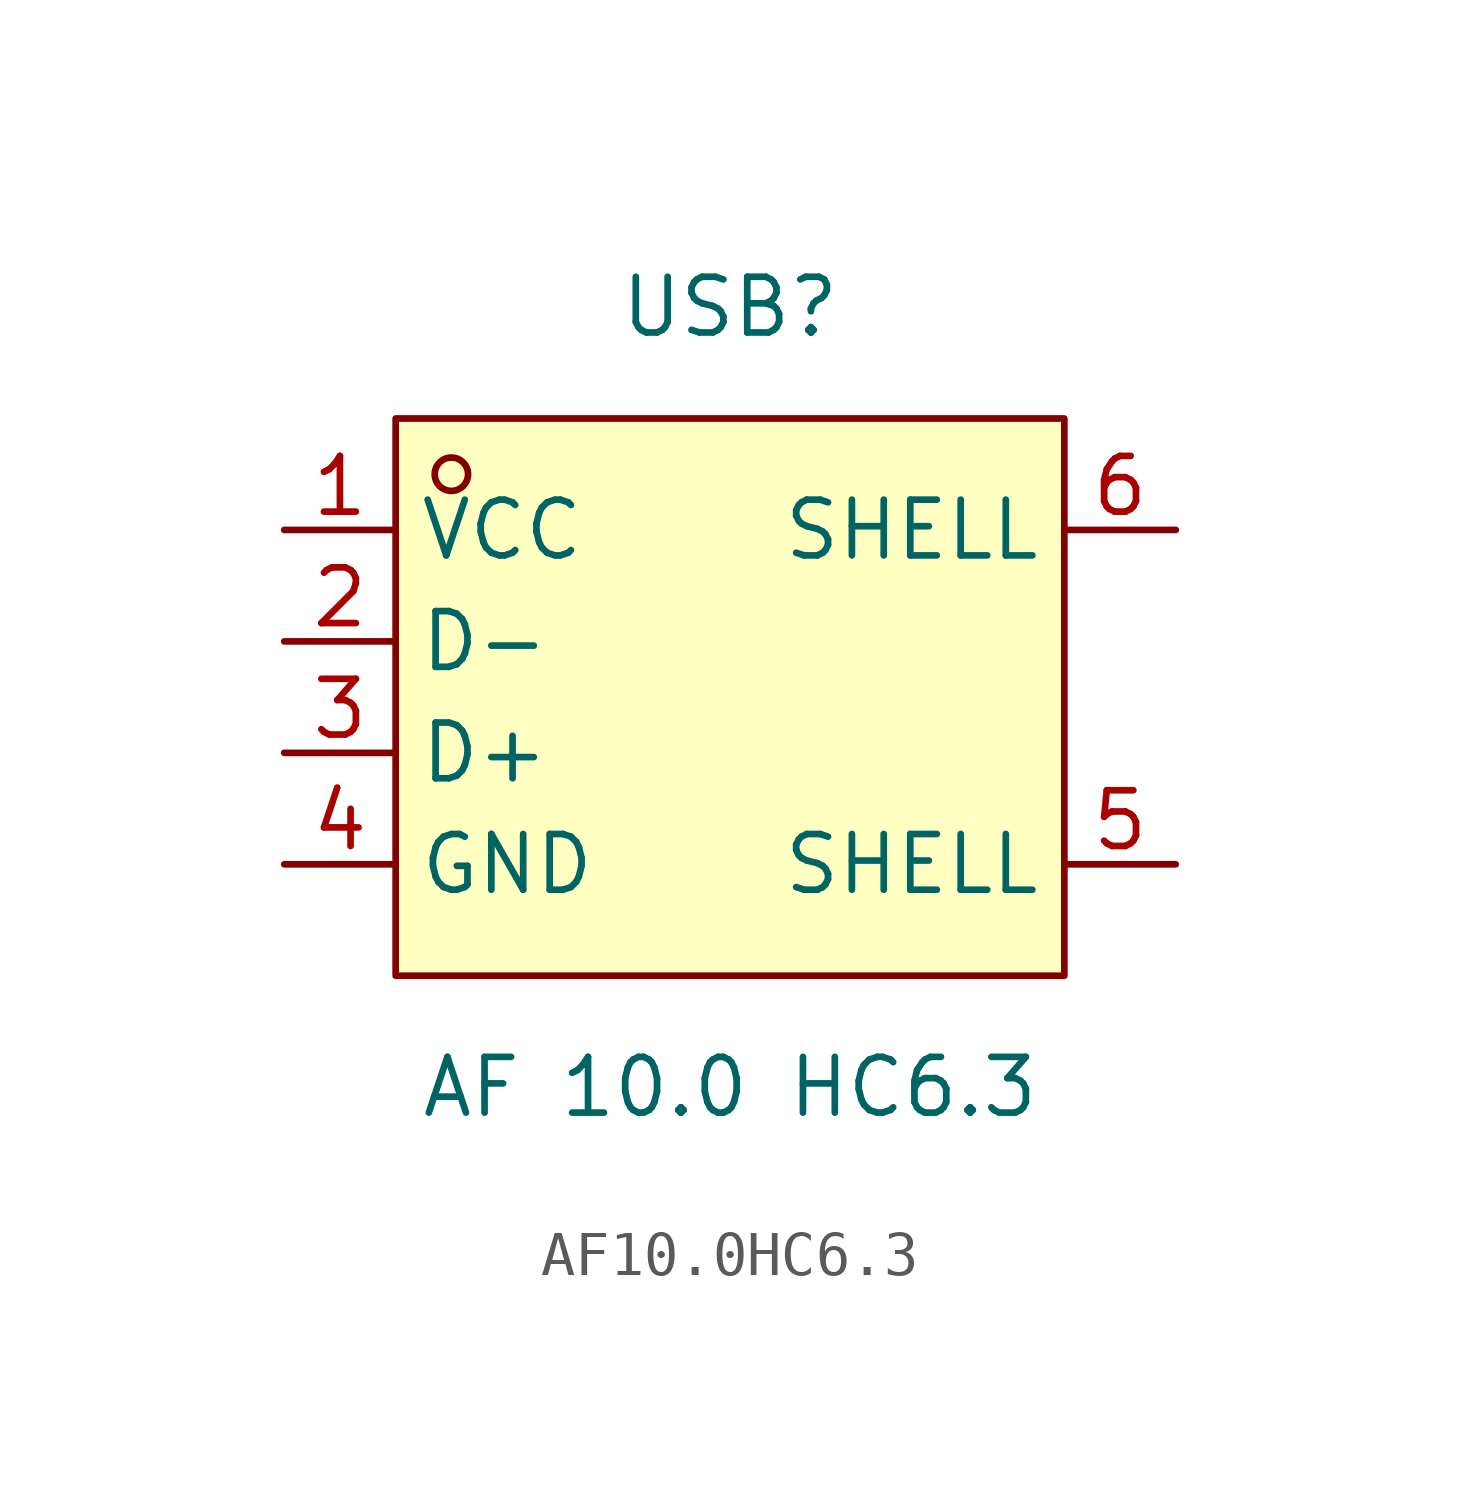
<source format=kicad_sym>
(kicad_symbol_lib
  (version 20231120)
  (generator "kicad_symbol_editor")
  (generator_version "8.0")
  (symbol "AF10.0HC6.3"
    (property "Reference" "USB"
      (at 0 10.16 0)
      (effects (font (size 1.27 1.27))))
    (property "Value" "AF 10.0 HC6.3"
      (at 0 -7.62 0)
      (effects (font (size 1.27 1.27))))
    (symbol "AF10.0HC6.3_0_1"
      (rectangle (start -7.62 7.62) (end 7.62 -5.08) (stroke (width 0) (type default)) (fill (type background)))
      (circle (center -6.35 6.35) (radius 0.38) (stroke (width 0) (type default)) (fill (type none)))
      (pin unspecified line (at -10.16 5.08 0) (length 2.54) (name "VCC" (effects (font (size 1.27 1.27)))) (number "1" (effects (font (size 1.27 1.27)))))
      (pin unspecified line (at -10.16 2.54 0) (length 2.54) (name "D-" (effects (font (size 1.27 1.27)))) (number "2" (effects (font (size 1.27 1.27)))))
      (pin unspecified line (at -10.16 0 0) (length 2.54) (name "D+" (effects (font (size 1.27 1.27)))) (number "3" (effects (font (size 1.27 1.27)))))
      (pin unspecified line (at -10.16 -2.54 0) (length 2.54) (name "GND" (effects (font (size 1.27 1.27)))) (number "4" (effects (font (size 1.27 1.27)))))
      (pin unspecified line (at 10.16 -2.54 180) (length 2.54) (name "SHELL" (effects (font (size 1.27 1.27)))) (number "5" (effects (font (size 1.27 1.27)))))
      (pin unspecified line (at 10.16 5.08 180) (length 2.54) (name "SHELL" (effects (font (size 1.27 1.27)))) (number "6" (effects (font (size 1.27 1.27))))))))
</source>
